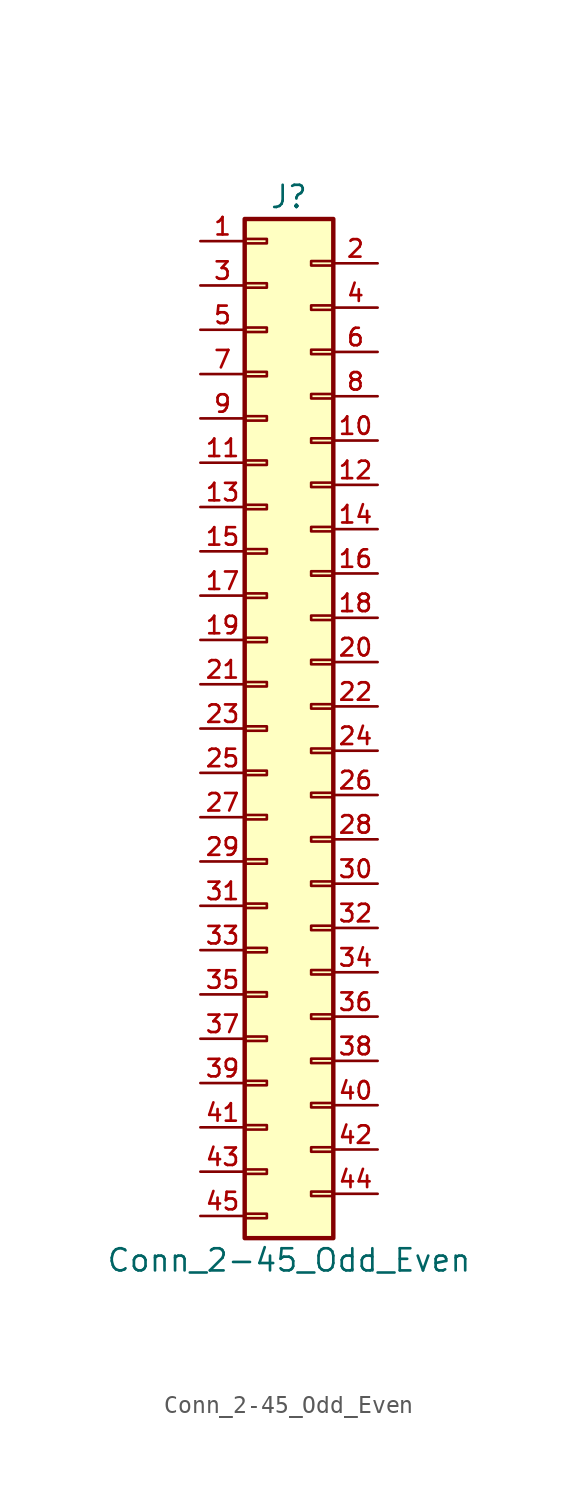
<source format=kicad_sym>
(kicad_symbol_lib
  (version 20231120)
  (generator "kicad_symbol_editor")
  (generator_version "8.0")
  (symbol "Conn_2-45_Odd_Even"
    (pin_names
      (offset 1.016) hide)
    (property "Reference" "J"
      (at 0 27.94 0)
      (effects (font (size 1.27 1.27))))
    (property "Value" "Conn_2-45_Odd_Even"
      (at 0 -33.02 0)
      (effects (font (size 1.27 1.27))))
    (symbol "Conn_2-45_Odd_Even_1_1"
      (rectangle (start -2.54 -30.607) (end -1.27 -30.353) (stroke (width 0.152) (type default)) (fill (type none)))
      (rectangle (start -2.54 -27.813) (end -1.27 -28.067) (stroke (width 0.152) (type default)) (fill (type none)))
      (rectangle (start -2.54 -25.273) (end -1.27 -25.527) (stroke (width 0.152) (type default)) (fill (type none)))
      (rectangle (start -2.54 -22.733) (end -1.27 -22.987) (stroke (width 0.152) (type default)) (fill (type none)))
      (rectangle (start -2.54 -20.193) (end -1.27 -20.447) (stroke (width 0.152) (type default)) (fill (type none)))
      (rectangle (start -2.54 -17.653) (end -1.27 -17.907) (stroke (width 0.152) (type default)) (fill (type none)))
      (rectangle (start -2.54 -15.113) (end -1.27 -15.367) (stroke (width 0.152) (type default)) (fill (type none)))
      (rectangle (start -2.54 -12.573) (end -1.27 -12.827) (stroke (width 0.152) (type default)) (fill (type none)))
      (rectangle (start -2.54 -10.033) (end -1.27 -10.287) (stroke (width 0.152) (type default)) (fill (type none)))
      (rectangle (start -2.54 -7.493) (end -1.27 -7.747) (stroke (width 0.152) (type default)) (fill (type none)))
      (rectangle (start -2.54 -4.953) (end -1.27 -5.207) (stroke (width 0.152) (type default)) (fill (type none)))
      (rectangle (start -2.54 -2.413) (end -1.27 -2.667) (stroke (width 0.152) (type default)) (fill (type none)))
      (rectangle (start -2.54 0.127) (end -1.27 -0.127) (stroke (width 0.152) (type default)) (fill (type none)))
      (rectangle (start -2.54 2.667) (end -1.27 2.413) (stroke (width 0.152) (type default)) (fill (type none)))
      (rectangle (start -2.54 5.207) (end -1.27 4.953) (stroke (width 0.152) (type default)) (fill (type none)))
      (rectangle (start -2.54 7.747) (end -1.27 7.493) (stroke (width 0.152) (type default)) (fill (type none)))
      (rectangle (start -2.54 10.287) (end -1.27 10.033) (stroke (width 0.152) (type default)) (fill (type none)))
      (rectangle (start -2.54 12.827) (end -1.27 12.573) (stroke (width 0.152) (type default)) (fill (type none)))
      (rectangle (start -2.54 15.367) (end -1.27 15.113) (stroke (width 0.152) (type default)) (fill (type none)))
      (rectangle (start -2.54 17.907) (end -1.27 17.653) (stroke (width 0.152) (type default)) (fill (type none)))
      (rectangle (start -2.54 20.447) (end -1.27 20.193) (stroke (width 0.152) (type default)) (fill (type none)))
      (rectangle (start -2.54 22.987) (end -1.27 22.733) (stroke (width 0.152) (type default)) (fill (type none)))
      (rectangle (start -2.54 25.527) (end -1.27 25.273) (stroke (width 0.152) (type default)) (fill (type none)))
      (rectangle (start -2.54 26.67) (end 2.54 -31.75) (stroke (width 0.254) (type default)) (fill (type background)))
      (rectangle (start 2.54 -29.083) (end 1.27 -29.337) (stroke (width 0.152) (type default)) (fill (type none)))
      (rectangle (start 2.54 -26.543) (end 1.27 -26.797) (stroke (width 0.152) (type default)) (fill (type none)))
      (rectangle (start 2.54 -24.003) (end 1.27 -24.257) (stroke (width 0.152) (type default)) (fill (type none)))
      (rectangle (start 2.54 -21.463) (end 1.27 -21.717) (stroke (width 0.152) (type default)) (fill (type none)))
      (rectangle (start 2.54 -18.923) (end 1.27 -19.177) (stroke (width 0.152) (type default)) (fill (type none)))
      (rectangle (start 2.54 -16.383) (end 1.27 -16.637) (stroke (width 0.152) (type default)) (fill (type none)))
      (rectangle (start 2.54 -13.843) (end 1.27 -14.097) (stroke (width 0.152) (type default)) (fill (type none)))
      (rectangle (start 2.54 -11.303) (end 1.27 -11.557) (stroke (width 0.152) (type default)) (fill (type none)))
      (rectangle (start 2.54 -8.763) (end 1.27 -9.017) (stroke (width 0.152) (type default)) (fill (type none)))
      (rectangle (start 2.54 -6.223) (end 1.27 -6.477) (stroke (width 0.152) (type default)) (fill (type none)))
      (rectangle (start 2.54 -3.683) (end 1.27 -3.937) (stroke (width 0.152) (type default)) (fill (type none)))
      (rectangle (start 2.54 -1.143) (end 1.27 -1.397) (stroke (width 0.152) (type default)) (fill (type none)))
      (rectangle (start 2.54 1.397) (end 1.27 1.143) (stroke (width 0.152) (type default)) (fill (type none)))
      (rectangle (start 2.54 3.937) (end 1.27 3.683) (stroke (width 0.152) (type default)) (fill (type none)))
      (rectangle (start 2.54 6.477) (end 1.27 6.223) (stroke (width 0.152) (type default)) (fill (type none)))
      (rectangle (start 2.54 9.017) (end 1.27 8.763) (stroke (width 0.152) (type default)) (fill (type none)))
      (rectangle (start 2.54 11.557) (end 1.27 11.303) (stroke (width 0.152) (type default)) (fill (type none)))
      (rectangle (start 2.54 14.097) (end 1.27 13.843) (stroke (width 0.152) (type default)) (fill (type none)))
      (rectangle (start 2.54 16.637) (end 1.27 16.383) (stroke (width 0.152) (type default)) (fill (type none)))
      (rectangle (start 2.54 19.177) (end 1.27 18.923) (stroke (width 0.152) (type default)) (fill (type none)))
      (rectangle (start 2.54 21.717) (end 1.27 21.463) (stroke (width 0.152) (type default)) (fill (type none)))
      (rectangle (start 2.54 24.257) (end 1.27 24.003) (stroke (width 0.152) (type default)) (fill (type none)))
      (pin passive line (at -5.08 25.4 0) (length 2.54) (name "Pin_1" (effects (font (size 1.27 1.27)))) (number "1" (effects (font (size 1 1)))))
      (pin passive line (at 5.08 13.97 180) (length 2.54) (name "Pin_10" (effects (font (size 1.27 1.27)))) (number "10" (effects (font (size 1 1)))))
      (pin passive line (at -5.08 12.7 0) (length 2.54) (name "Pin_11" (effects (font (size 1.27 1.27)))) (number "11" (effects (font (size 1 1)))))
      (pin passive line (at 5.08 11.43 180) (length 2.54) (name "Pin_12" (effects (font (size 1.27 1.27)))) (number "12" (effects (font (size 1 1)))))
      (pin passive line (at -5.08 10.16 0) (length 2.54) (name "Pin_13" (effects (font (size 1.27 1.27)))) (number "13" (effects (font (size 1 1)))))
      (pin passive line (at 5.08 8.89 180) (length 2.54) (name "Pin_14" (effects (font (size 1.27 1.27)))) (number "14" (effects (font (size 1 1)))))
      (pin passive line (at -5.08 7.62 0) (length 2.54) (name "Pin_15" (effects (font (size 1.27 1.27)))) (number "15" (effects (font (size 1 1)))))
      (pin passive line (at 5.08 6.35 180) (length 2.54) (name "Pin_16" (effects (font (size 1.27 1.27)))) (number "16" (effects (font (size 1 1)))))
      (pin passive line (at -5.08 5.08 0) (length 2.54) (name "Pin_17" (effects (font (size 1.27 1.27)))) (number "17" (effects (font (size 1 1)))))
      (pin passive line (at 5.08 3.81 180) (length 2.54) (name "Pin_18" (effects (font (size 1.27 1.27)))) (number "18" (effects (font (size 1 1)))))
      (pin passive line (at -5.08 2.54 0) (length 2.54) (name "Pin_19" (effects (font (size 1.27 1.27)))) (number "19" (effects (font (size 1 1)))))
      (pin passive line (at 5.08 24.13 180) (length 2.54) (name "Pin_2" (effects (font (size 1.27 1.27)))) (number "2" (effects (font (size 1 1)))))
      (pin passive line (at 5.08 1.27 180) (length 2.54) (name "Pin_20" (effects (font (size 1.27 1.27)))) (number "20" (effects (font (size 1 1)))))
      (pin passive line (at -5.08 0 0) (length 2.54) (name "Pin_21" (effects (font (size 1.27 1.27)))) (number "21" (effects (font (size 1 1)))))
      (pin passive line (at 5.08 -1.27 180) (length 2.54) (name "Pin_22" (effects (font (size 1.27 1.27)))) (number "22" (effects (font (size 1 1)))))
      (pin passive line (at -5.08 -2.54 0) (length 2.54) (name "Pin_23" (effects (font (size 1.27 1.27)))) (number "23" (effects (font (size 1 1)))))
      (pin passive line (at 5.08 -3.81 180) (length 2.54) (name "Pin_24" (effects (font (size 1.27 1.27)))) (number "24" (effects (font (size 1 1)))))
      (pin passive line (at -5.08 -5.08 0) (length 2.54) (name "Pin_25" (effects (font (size 1.27 1.27)))) (number "25" (effects (font (size 1 1)))))
      (pin passive line (at 5.08 -6.35 180) (length 2.54) (name "Pin_26" (effects (font (size 1.27 1.27)))) (number "26" (effects (font (size 1 1)))))
      (pin passive line (at -5.08 -7.62 0) (length 2.54) (name "Pin_27" (effects (font (size 1.27 1.27)))) (number "27" (effects (font (size 1 1)))))
      (pin passive line (at 5.08 -8.89 180) (length 2.54) (name "Pin_28" (effects (font (size 1.27 1.27)))) (number "28" (effects (font (size 1 1)))))
      (pin passive line (at -5.08 -10.16 0) (length 2.54) (name "Pin_29" (effects (font (size 1.27 1.27)))) (number "29" (effects (font (size 1 1)))))
      (pin passive line (at -5.08 22.86 0) (length 2.54) (name "Pin_3" (effects (font (size 1.27 1.27)))) (number "3" (effects (font (size 1 1)))))
      (pin passive line (at 5.08 -11.43 180) (length 2.54) (name "Pin_30" (effects (font (size 1.27 1.27)))) (number "30" (effects (font (size 1 1)))))
      (pin passive line (at -5.08 -12.7 0) (length 2.54) (name "Pin_31" (effects (font (size 1.27 1.27)))) (number "31" (effects (font (size 1 1)))))
      (pin passive line (at 5.08 -13.97 180) (length 2.54) (name "Pin_32" (effects (font (size 1.27 1.27)))) (number "32" (effects (font (size 1 1)))))
      (pin passive line (at -5.08 -15.24 0) (length 2.54) (name "Pin_33" (effects (font (size 1.27 1.27)))) (number "33" (effects (font (size 1 1)))))
      (pin passive line (at 5.08 -16.51 180) (length 2.54) (name "Pin_34" (effects (font (size 1.27 1.27)))) (number "34" (effects (font (size 1 1)))))
      (pin passive line (at -5.08 -17.78 0) (length 2.54) (name "Pin_35" (effects (font (size 1.27 1.27)))) (number "35" (effects (font (size 1 1)))))
      (pin passive line (at 5.08 -19.05 180) (length 2.54) (name "Pin_36" (effects (font (size 1.27 1.27)))) (number "36" (effects (font (size 1 1)))))
      (pin passive line (at -5.08 -20.32 0) (length 2.54) (name "Pin_37" (effects (font (size 1.27 1.27)))) (number "37" (effects (font (size 1 1)))))
      (pin passive line (at 5.08 -21.59 180) (length 2.54) (name "Pin_38" (effects (font (size 1.27 1.27)))) (number "38" (effects (font (size 1 1)))))
      (pin passive line (at -5.08 -22.86 0) (length 2.54) (name "Pin_39" (effects (font (size 1.27 1.27)))) (number "39" (effects (font (size 1 1)))))
      (pin passive line (at 5.08 21.59 180) (length 2.54) (name "Pin_4" (effects (font (size 1.27 1.27)))) (number "4" (effects (font (size 1 1)))))
      (pin passive line (at 5.08 -24.13 180) (length 2.54) (name "Pin_40" (effects (font (size 1.27 1.27)))) (number "40" (effects (font (size 1 1)))))
      (pin passive line (at -5.08 -25.4 0) (length 2.54) (name "Pin_41" (effects (font (size 1.27 1.27)))) (number "41" (effects (font (size 1 1)))))
      (pin passive line (at 5.08 -26.67 180) (length 2.54) (name "Pin_42" (effects (font (size 1.27 1.27)))) (number "42" (effects (font (size 1 1)))))
      (pin passive line (at -5.08 -27.94 0) (length 2.54) (name "Pin_43" (effects (font (size 1.27 1.27)))) (number "43" (effects (font (size 1 1)))))
      (pin passive line (at 5.08 -29.21 180) (length 2.54) (name "Pin_44" (effects (font (size 1.27 1.27)))) (number "44" (effects (font (size 1 1)))))
      (pin passive line (at -5.08 -30.48 0) (length 2.54) (name "Pin_45" (effects (font (size 1.27 1.27)))) (number "45" (effects (font (size 1 1)))))
      (pin passive line (at -5.08 20.32 0) (length 2.54) (name "Pin_5" (effects (font (size 1.27 1.27)))) (number "5" (effects (font (size 1 1)))))
      (pin passive line (at 5.08 19.05 180) (length 2.54) (name "Pin_6" (effects (font (size 1.27 1.27)))) (number "6" (effects (font (size 1 1)))))
      (pin passive line (at -5.08 17.78 0) (length 2.54) (name "Pin_7" (effects (font (size 1.27 1.27)))) (number "7" (effects (font (size 1 1)))))
      (pin passive line (at 5.08 16.51 180) (length 2.54) (name "Pin_8" (effects (font (size 1.27 1.27)))) (number "8" (effects (font (size 1 1)))))
      (pin passive line (at -5.08 15.24 0) (length 2.54) (name "Pin_9" (effects (font (size 1.27 1.27)))) (number "9" (effects (font (size 1 1))))))))
</source>
